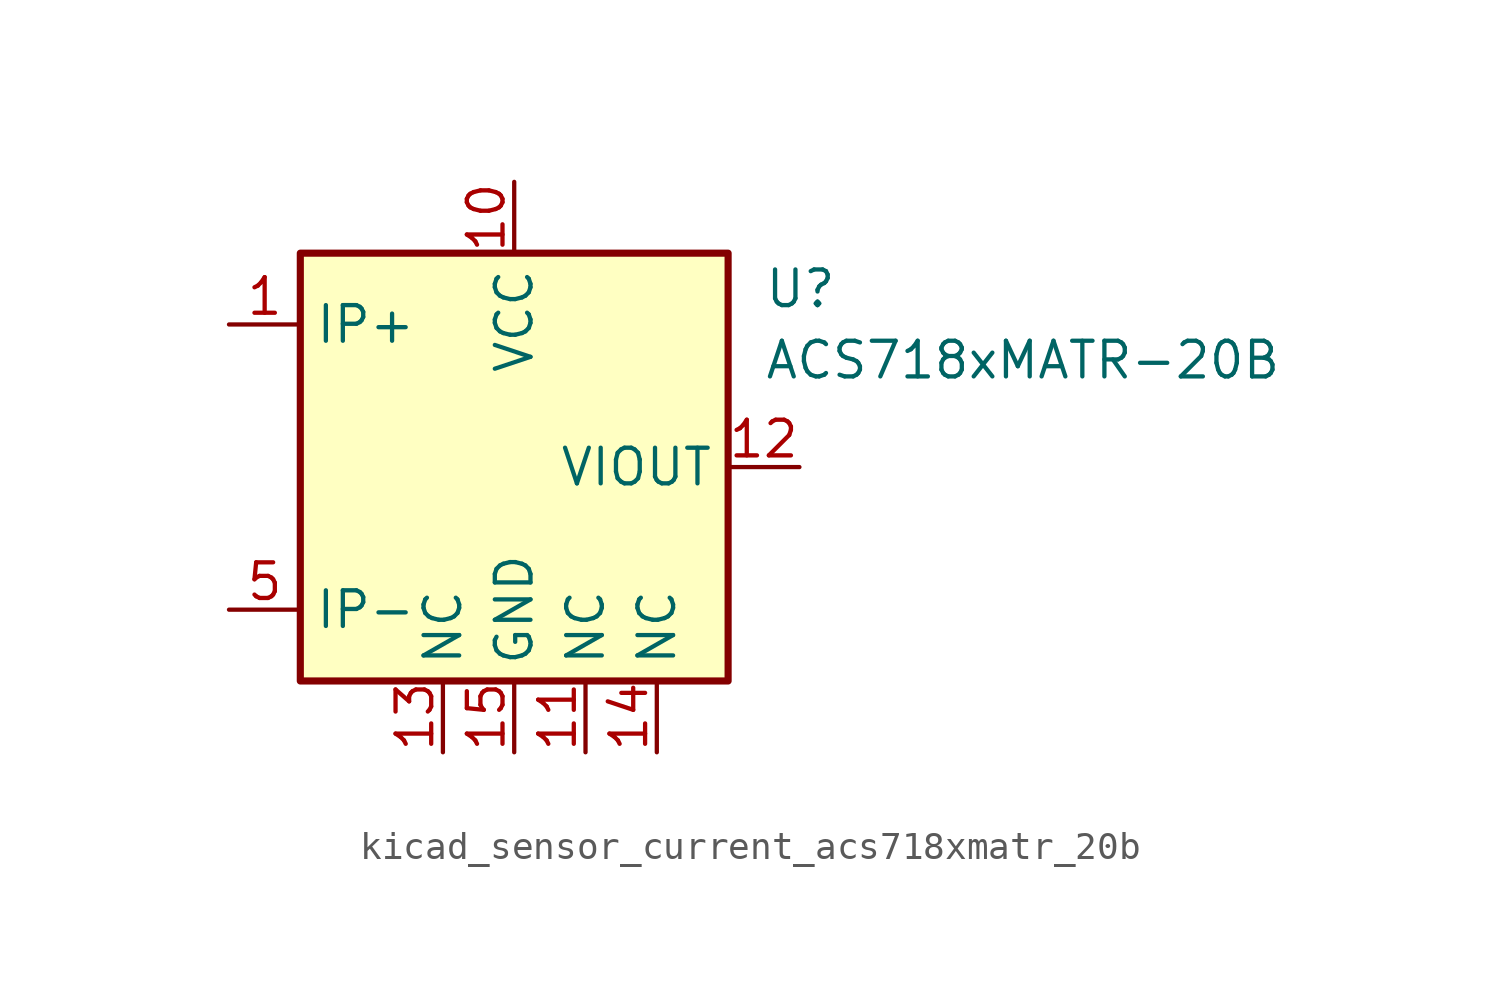
<source format=kicad_sym>
(kicad_symbol_lib
  (version 20220914)
  (generator kicad_symbol_editor)
  (symbol "kicad_sensor_current_acs718xmatr_20b"
    (property "Reference" "U"
      (at 8.89 6.35 0)
      (effects (font (size 1.27 1.27)) (justify left)))
    (property "Value" "ACS718xMATR-20B"
      (at 8.89 3.81 0)
      (effects (font (size 1.27 1.27)) (justify left)))
    (symbol "kicad_sensor_current_acs718xmatr_20b_0_1"
      (rectangle (start -7.62 7.62) (end 7.62 -7.62) (stroke (width 0.254) (type default)) (fill (type background))))
    (symbol "kicad_sensor_current_acs718xmatr_20b_1_1"
      (pin passive line (at -10.16 5.08 0) (length 2.54) (name "IP+" (effects (font (size 1.27 1.27)))) (number "1" (effects (font (size 1.27 1.27)))))
      (pin power_in line (at 0 10.16 270) (length 2.54) (name "VCC" (effects (font (size 1.27 1.27)))) (number "10" (effects (font (size 1.27 1.27)))))
      (pin passive line (at 2.54 -10.16 90) (length 2.54) (name "NC" (effects (font (size 1.27 1.27)))) (number "11" (effects (font (size 1.27 1.27)))))
      (pin output line (at 10.16 0 180) (length 2.54) (name "VIOUT" (effects (font (size 1.27 1.27)))) (number "12" (effects (font (size 1.27 1.27)))))
      (pin passive line (at -2.54 -10.16 90) (length 2.54) (name "NC" (effects (font (size 1.27 1.27)))) (number "13" (effects (font (size 1.27 1.27)))))
      (pin passive line (at 5.08 -10.16 90) (length 2.54) (name "NC" (effects (font (size 1.27 1.27)))) (number "14" (effects (font (size 1.27 1.27)))))
      (pin power_in line (at 0 -10.16 90) (length 2.54) (name "GND" (effects (font (size 1.27 1.27)))) (number "15" (effects (font (size 1.27 1.27)))))
      (pin no_connect line (at 7.62 2.54 180) (length 2.54) hide (name "NC" (effects (font (size 1.27 1.27)))) (number "16" (effects (font (size 1.27 1.27)))))
      (pin passive line (at -10.16 5.08 0) (length 2.54) hide (name "IP+" (effects (font (size 1.27 1.27)))) (number "2" (effects (font (size 1.27 1.27)))))
      (pin passive line (at -10.16 5.08 0) (length 2.54) hide (name "IP+" (effects (font (size 1.27 1.27)))) (number "3" (effects (font (size 1.27 1.27)))))
      (pin passive line (at -10.16 5.08 0) (length 2.54) hide (name "IP+" (effects (font (size 1.27 1.27)))) (number "4" (effects (font (size 1.27 1.27)))))
      (pin passive line (at -10.16 -5.08 0) (length 2.54) (name "IP-" (effects (font (size 1.27 1.27)))) (number "5" (effects (font (size 1.27 1.27)))))
      (pin passive line (at -10.16 -5.08 0) (length 2.54) hide (name "IP-" (effects (font (size 1.27 1.27)))) (number "6" (effects (font (size 1.27 1.27)))))
      (pin passive line (at -10.16 -5.08 0) (length 2.54) hide (name "IP-" (effects (font (size 1.27 1.27)))) (number "7" (effects (font (size 1.27 1.27)))))
      (pin passive line (at -10.16 -5.08 0) (length 2.54) hide (name "IP-" (effects (font (size 1.27 1.27)))) (number "8" (effects (font (size 1.27 1.27)))))
      (pin no_connect line (at 7.62 5.08 180) (length 2.54) hide (name "NC" (effects (font (size 1.27 1.27)))) (number "9" (effects (font (size 1.27 1.27))))))))
</source>
